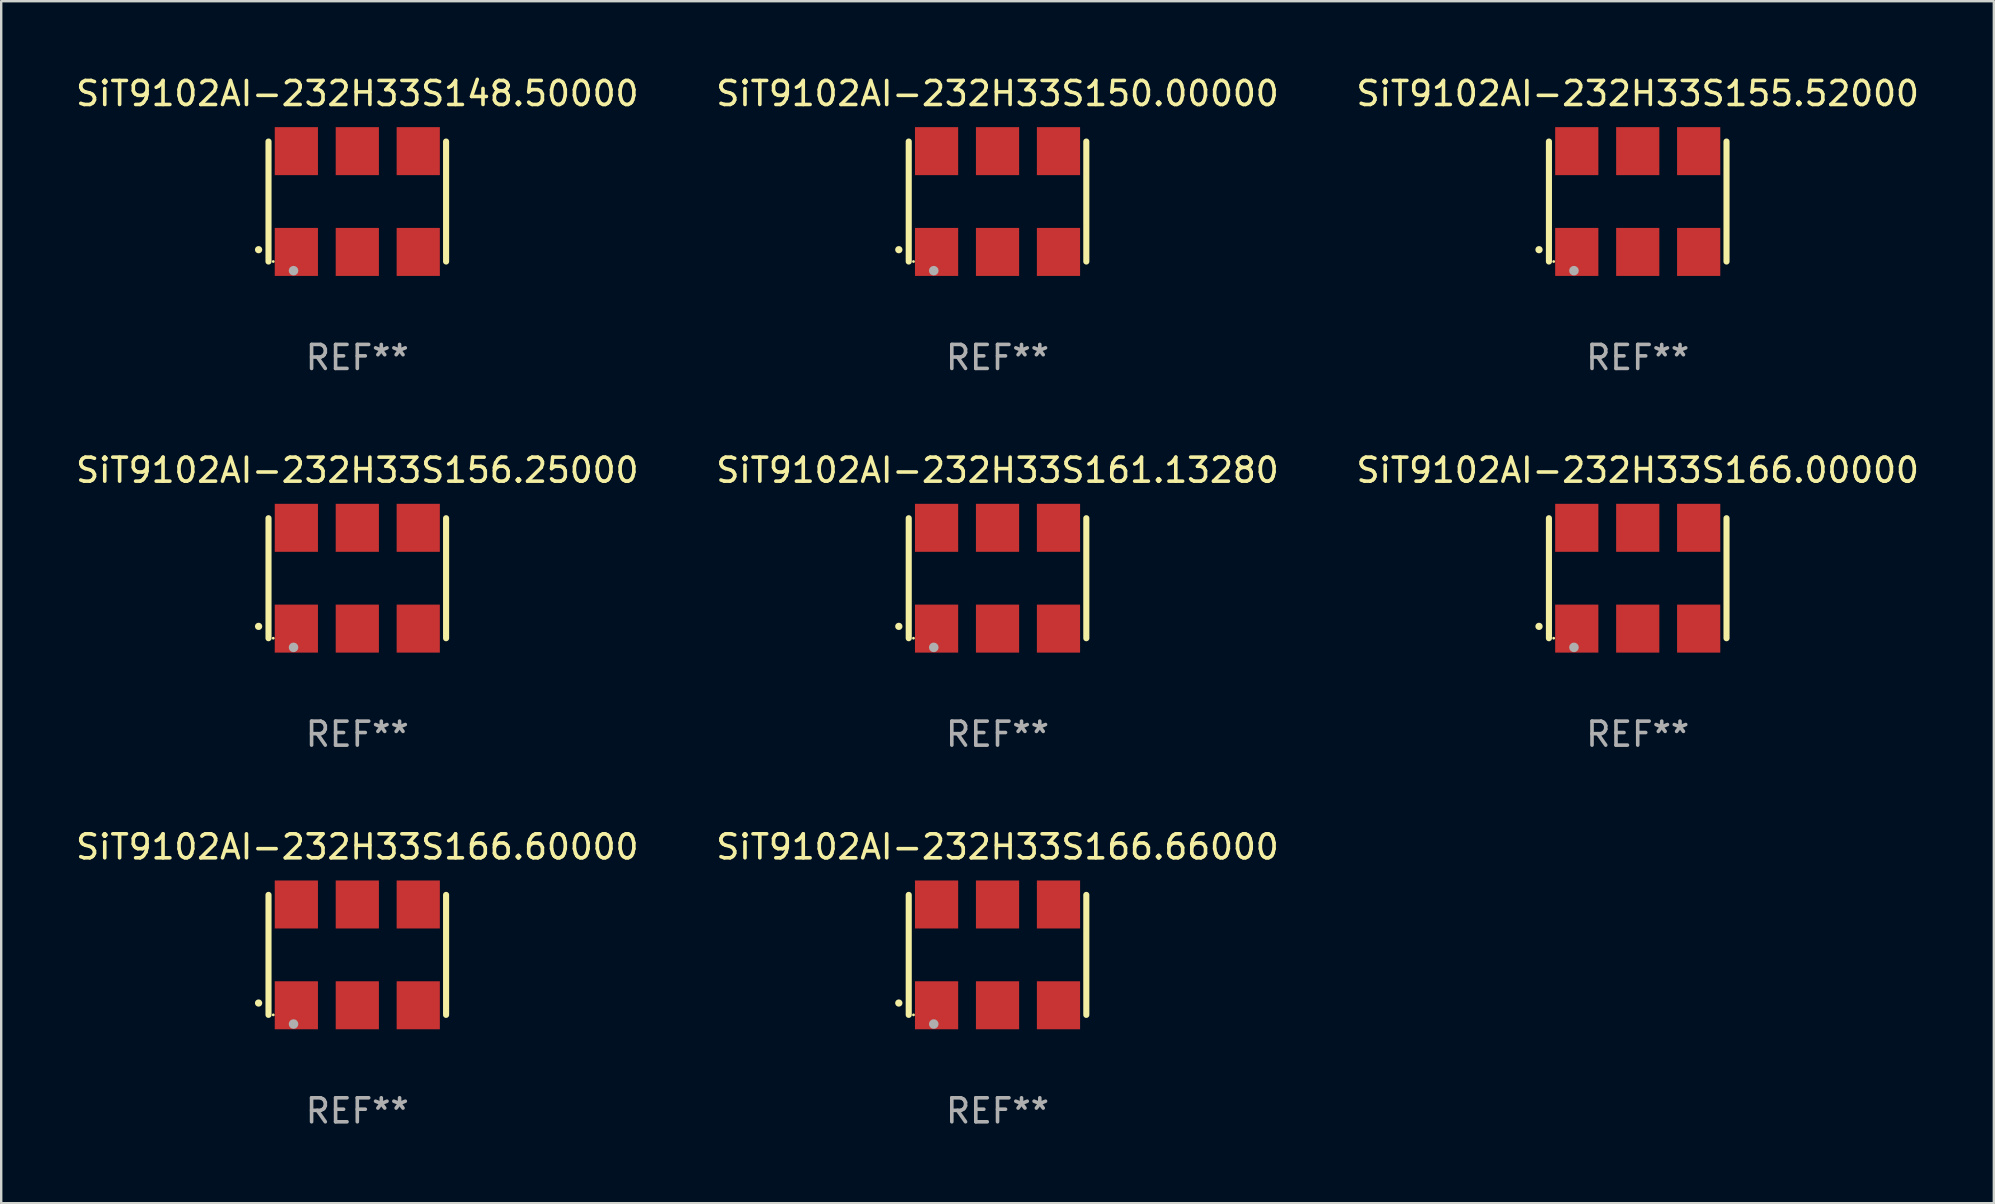
<source format=kicad_pcb>
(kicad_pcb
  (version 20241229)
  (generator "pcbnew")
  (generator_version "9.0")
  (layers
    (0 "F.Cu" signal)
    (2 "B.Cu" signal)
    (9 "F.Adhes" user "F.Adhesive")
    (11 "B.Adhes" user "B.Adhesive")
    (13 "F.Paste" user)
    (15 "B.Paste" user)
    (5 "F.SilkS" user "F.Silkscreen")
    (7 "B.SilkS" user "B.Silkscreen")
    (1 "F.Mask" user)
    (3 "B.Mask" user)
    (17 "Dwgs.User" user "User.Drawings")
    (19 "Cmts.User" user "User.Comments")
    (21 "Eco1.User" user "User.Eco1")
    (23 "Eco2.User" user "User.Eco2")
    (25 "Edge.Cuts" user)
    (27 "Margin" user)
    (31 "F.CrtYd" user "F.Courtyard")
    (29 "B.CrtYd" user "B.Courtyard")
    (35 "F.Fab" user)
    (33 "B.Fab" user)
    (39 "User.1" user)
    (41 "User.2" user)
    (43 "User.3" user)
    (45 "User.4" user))
  (footprint "SiT9102AI-232H33S166.00000"
    (layer "F.Cu")
    (at 65.196 21.045)
    (property "Reference" "SiT9102AI-232H33S166.00000" (at 0 -4.5 0) (layer "F.SilkS") (effects (font (size 1 1) (thickness 0.15))))
    (attr through_hole)
    (fp_line (start -3.7 -2.5) (end -3.7 2.5) (stroke (width 0.254) (type solid)) (layer "F.SilkS"))
    (fp_line (start 3.7 -2.5) (end 3.7 2.5) (stroke (width 0.254) (type solid)) (layer "F.SilkS"))
    (fp_arc (start -4.114415 2.006604) (mid -4.113145 2.006599) (end -4.111875 2.006604) (stroke (width 0.3) (type solid)) (layer "F.SilkS"))
    (fp_circle (center -3.502 2.5) (end -3.472 2.5) (stroke (width 0.06) (type solid)) (fill no) (layer "F.SilkS"))
    (fp_circle (center -2.657 2.882) (end -2.557 2.882) (stroke (width 0.2) (type solid)) (fill no) (layer "F.Fab"))
    (fp_text user "REF**" (at 0 6.5 0) (layer "F.Fab") (effects (font (size 1 1) (thickness 0.15))))
    (pad "1" smd rect (at -2.54 2.1) (size 1.8 2) (layers "F.Cu" "F.Mask" "F.Paste"))
    (pad "2" smd rect (at 0.000394 2.1) (size 1.8 2) (layers "F.Cu" "F.Mask" "F.Paste"))
    (pad "3" smd rect (at 2.54 2.1) (size 1.8 2) (layers "F.Cu" "F.Mask" "F.Paste"))
    (pad "4" smd rect (at 2.54 -2.1) (size 1.8 2) (layers "F.Cu" "F.Mask" "F.Paste"))
    (pad "5" smd rect (at 0.000394 -2.1) (size 1.8 2) (layers "F.Cu" "F.Mask" "F.Paste"))
    (pad "6" smd rect (at -2.54 -2.1) (size 1.8 2) (layers "F.Cu" "F.Mask" "F.Paste")))
  (footprint "SiT9102AI-232H33S148.50000"
    (layer "F.Cu")
    (at 11.839 5.348)
    (property "Reference" "SiT9102AI-232H33S148.50000" (at 0 -4.5 0) (layer "F.SilkS") (effects (font (size 1 1) (thickness 0.15))))
    (attr through_hole)
    (fp_line (start -3.7 -2.5) (end -3.7 2.5) (stroke (width 0.254) (type solid)) (layer "F.SilkS"))
    (fp_line (start 3.7 -2.5) (end 3.7 2.5) (stroke (width 0.254) (type solid)) (layer "F.SilkS"))
    (fp_arc (start -4.114415 2.006604) (mid -4.113145 2.006599) (end -4.111875 2.006604) (stroke (width 0.3) (type solid)) (layer "F.SilkS"))
    (fp_circle (center -3.502 2.5) (end -3.472 2.5) (stroke (width 0.06) (type solid)) (fill no) (layer "F.SilkS"))
    (fp_circle (center -2.657 2.882) (end -2.557 2.882) (stroke (width 0.2) (type solid)) (fill no) (layer "F.Fab"))
    (fp_text user "REF**" (at 0 6.5 0) (layer "F.Fab") (effects (font (size 1 1) (thickness 0.15))))
    (pad "1" smd rect (at -2.54 2.1) (size 1.8 2) (layers "F.Cu" "F.Mask" "F.Paste"))
    (pad "2" smd rect (at 0.000394 2.1) (size 1.8 2) (layers "F.Cu" "F.Mask" "F.Paste"))
    (pad "3" smd rect (at 2.54 2.1) (size 1.8 2) (layers "F.Cu" "F.Mask" "F.Paste"))
    (pad "4" smd rect (at 2.54 -2.1) (size 1.8 2) (layers "F.Cu" "F.Mask" "F.Paste"))
    (pad "5" smd rect (at 0.000394 -2.1) (size 1.8 2) (layers "F.Cu" "F.Mask" "F.Paste"))
    (pad "6" smd rect (at -2.54 -2.1) (size 1.8 2) (layers "F.Cu" "F.Mask" "F.Paste")))
  (footprint "SiT9102AI-232H33S156.25000"
    (layer "F.Cu")
    (at 11.839 21.045)
    (property "Reference" "SiT9102AI-232H33S156.25000" (at 0 -4.5 0) (layer "F.SilkS") (effects (font (size 1 1) (thickness 0.15))))
    (attr through_hole)
    (fp_line (start -3.7 -2.5) (end -3.7 2.5) (stroke (width 0.254) (type solid)) (layer "F.SilkS"))
    (fp_line (start 3.7 -2.5) (end 3.7 2.5) (stroke (width 0.254) (type solid)) (layer "F.SilkS"))
    (fp_arc (start -4.114415 2.006604) (mid -4.113145 2.006599) (end -4.111875 2.006604) (stroke (width 0.3) (type solid)) (layer "F.SilkS"))
    (fp_circle (center -3.502 2.5) (end -3.472 2.5) (stroke (width 0.06) (type solid)) (fill no) (layer "F.SilkS"))
    (fp_circle (center -2.657 2.882) (end -2.557 2.882) (stroke (width 0.2) (type solid)) (fill no) (layer "F.Fab"))
    (fp_text user "REF**" (at 0 6.5 0) (layer "F.Fab") (effects (font (size 1 1) (thickness 0.15))))
    (pad "1" smd rect (at -2.54 2.1) (size 1.8 2) (layers "F.Cu" "F.Mask" "F.Paste"))
    (pad "2" smd rect (at 0.000394 2.1) (size 1.8 2) (layers "F.Cu" "F.Mask" "F.Paste"))
    (pad "3" smd rect (at 2.54 2.1) (size 1.8 2) (layers "F.Cu" "F.Mask" "F.Paste"))
    (pad "4" smd rect (at 2.54 -2.1) (size 1.8 2) (layers "F.Cu" "F.Mask" "F.Paste"))
    (pad "5" smd rect (at 0.000394 -2.1) (size 1.8 2) (layers "F.Cu" "F.Mask" "F.Paste"))
    (pad "6" smd rect (at -2.54 -2.1) (size 1.8 2) (layers "F.Cu" "F.Mask" "F.Paste")))
  (footprint "SiT9102AI-232H33S150.00000"
    (layer "F.Cu")
    (at 38.518 5.348)
    (property "Reference" "SiT9102AI-232H33S150.00000" (at 0 -4.5 0) (layer "F.SilkS") (effects (font (size 1 1) (thickness 0.15))))
    (attr through_hole)
    (fp_line (start -3.7 -2.5) (end -3.7 2.5) (stroke (width 0.254) (type solid)) (layer "F.SilkS"))
    (fp_line (start 3.7 -2.5) (end 3.7 2.5) (stroke (width 0.254) (type solid)) (layer "F.SilkS"))
    (fp_arc (start -4.114415 2.006604) (mid -4.113145 2.006599) (end -4.111875 2.006604) (stroke (width 0.3) (type solid)) (layer "F.SilkS"))
    (fp_circle (center -3.502 2.5) (end -3.472 2.5) (stroke (width 0.06) (type solid)) (fill no) (layer "F.SilkS"))
    (fp_circle (center -2.657 2.882) (end -2.557 2.882) (stroke (width 0.2) (type solid)) (fill no) (layer "F.Fab"))
    (fp_text user "REF**" (at 0 6.5 0) (layer "F.Fab") (effects (font (size 1 1) (thickness 0.15))))
    (pad "1" smd rect (at -2.54 2.1) (size 1.8 2) (layers "F.Cu" "F.Mask" "F.Paste"))
    (pad "2" smd rect (at 0.000394 2.1) (size 1.8 2) (layers "F.Cu" "F.Mask" "F.Paste"))
    (pad "3" smd rect (at 2.54 2.1) (size 1.8 2) (layers "F.Cu" "F.Mask" "F.Paste"))
    (pad "4" smd rect (at 2.54 -2.1) (size 1.8 2) (layers "F.Cu" "F.Mask" "F.Paste"))
    (pad "5" smd rect (at 0.000394 -2.1) (size 1.8 2) (layers "F.Cu" "F.Mask" "F.Paste"))
    (pad "6" smd rect (at -2.54 -2.1) (size 1.8 2) (layers "F.Cu" "F.Mask" "F.Paste")))
  (footprint "SiT9102AI-232H33S166.66000"
    (layer "F.Cu")
    (at 38.518 36.741)
    (property "Reference" "SiT9102AI-232H33S166.66000" (at 0 -4.5 0) (layer "F.SilkS") (effects (font (size 1 1) (thickness 0.15))))
    (attr through_hole)
    (fp_line (start -3.7 -2.5) (end -3.7 2.5) (stroke (width 0.254) (type solid)) (layer "F.SilkS"))
    (fp_line (start 3.7 -2.5) (end 3.7 2.5) (stroke (width 0.254) (type solid)) (layer "F.SilkS"))
    (fp_arc (start -4.114415 2.006604) (mid -4.113145 2.006599) (end -4.111875 2.006604) (stroke (width 0.3) (type solid)) (layer "F.SilkS"))
    (fp_circle (center -3.502 2.5) (end -3.472 2.5) (stroke (width 0.06) (type solid)) (fill no) (layer "F.SilkS"))
    (fp_circle (center -2.657 2.882) (end -2.557 2.882) (stroke (width 0.2) (type solid)) (fill no) (layer "F.Fab"))
    (fp_text user "REF**" (at 0 6.5 0) (layer "F.Fab") (effects (font (size 1 1) (thickness 0.15))))
    (pad "1" smd rect (at -2.54 2.1) (size 1.8 2) (layers "F.Cu" "F.Mask" "F.Paste"))
    (pad "2" smd rect (at 0.000394 2.1) (size 1.8 2) (layers "F.Cu" "F.Mask" "F.Paste"))
    (pad "3" smd rect (at 2.54 2.1) (size 1.8 2) (layers "F.Cu" "F.Mask" "F.Paste"))
    (pad "4" smd rect (at 2.54 -2.1) (size 1.8 2) (layers "F.Cu" "F.Mask" "F.Paste"))
    (pad "5" smd rect (at 0.000394 -2.1) (size 1.8 2) (layers "F.Cu" "F.Mask" "F.Paste"))
    (pad "6" smd rect (at -2.54 -2.1) (size 1.8 2) (layers "F.Cu" "F.Mask" "F.Paste")))
  (footprint "SiT9102AI-232H33S166.60000"
    (layer "F.Cu")
    (at 11.839 36.741)
    (property "Reference" "SiT9102AI-232H33S166.60000" (at 0 -4.5 0) (layer "F.SilkS") (effects (font (size 1 1) (thickness 0.15))))
    (attr through_hole)
    (fp_line (start -3.7 -2.5) (end -3.7 2.5) (stroke (width 0.254) (type solid)) (layer "F.SilkS"))
    (fp_line (start 3.7 -2.5) (end 3.7 2.5) (stroke (width 0.254) (type solid)) (layer "F.SilkS"))
    (fp_arc (start -4.114415 2.006604) (mid -4.113145 2.006599) (end -4.111875 2.006604) (stroke (width 0.3) (type solid)) (layer "F.SilkS"))
    (fp_circle (center -3.502 2.5) (end -3.472 2.5) (stroke (width 0.06) (type solid)) (fill no) (layer "F.SilkS"))
    (fp_circle (center -2.657 2.882) (end -2.557 2.882) (stroke (width 0.2) (type solid)) (fill no) (layer "F.Fab"))
    (fp_text user "REF**" (at 0 6.5 0) (layer "F.Fab") (effects (font (size 1 1) (thickness 0.15))))
    (pad "1" smd rect (at -2.54 2.1) (size 1.8 2) (layers "F.Cu" "F.Mask" "F.Paste"))
    (pad "2" smd rect (at 0.000394 2.1) (size 1.8 2) (layers "F.Cu" "F.Mask" "F.Paste"))
    (pad "3" smd rect (at 2.54 2.1) (size 1.8 2) (layers "F.Cu" "F.Mask" "F.Paste"))
    (pad "4" smd rect (at 2.54 -2.1) (size 1.8 2) (layers "F.Cu" "F.Mask" "F.Paste"))
    (pad "5" smd rect (at 0.000394 -2.1) (size 1.8 2) (layers "F.Cu" "F.Mask" "F.Paste"))
    (pad "6" smd rect (at -2.54 -2.1) (size 1.8 2) (layers "F.Cu" "F.Mask" "F.Paste")))
  (footprint "SiT9102AI-232H33S161.13280"
    (layer "F.Cu")
    (at 38.518 21.045)
    (property "Reference" "SiT9102AI-232H33S161.13280" (at 0 -4.5 0) (layer "F.SilkS") (effects (font (size 1 1) (thickness 0.15))))
    (attr through_hole)
    (fp_line (start -3.7 -2.5) (end -3.7 2.5) (stroke (width 0.254) (type solid)) (layer "F.SilkS"))
    (fp_line (start 3.7 -2.5) (end 3.7 2.5) (stroke (width 0.254) (type solid)) (layer "F.SilkS"))
    (fp_arc (start -4.114415 2.006604) (mid -4.113145 2.006599) (end -4.111875 2.006604) (stroke (width 0.3) (type solid)) (layer "F.SilkS"))
    (fp_circle (center -3.502 2.5) (end -3.472 2.5) (stroke (width 0.06) (type solid)) (fill no) (layer "F.SilkS"))
    (fp_circle (center -2.657 2.882) (end -2.557 2.882) (stroke (width 0.2) (type solid)) (fill no) (layer "F.Fab"))
    (fp_text user "REF**" (at 0 6.5 0) (layer "F.Fab") (effects (font (size 1 1) (thickness 0.15))))
    (pad "1" smd rect (at -2.54 2.1) (size 1.8 2) (layers "F.Cu" "F.Mask" "F.Paste"))
    (pad "2" smd rect (at 0.000394 2.1) (size 1.8 2) (layers "F.Cu" "F.Mask" "F.Paste"))
    (pad "3" smd rect (at 2.54 2.1) (size 1.8 2) (layers "F.Cu" "F.Mask" "F.Paste"))
    (pad "4" smd rect (at 2.54 -2.1) (size 1.8 2) (layers "F.Cu" "F.Mask" "F.Paste"))
    (pad "5" smd rect (at 0.000394 -2.1) (size 1.8 2) (layers "F.Cu" "F.Mask" "F.Paste"))
    (pad "6" smd rect (at -2.54 -2.1) (size 1.8 2) (layers "F.Cu" "F.Mask" "F.Paste")))
  (footprint "SiT9102AI-232H33S155.52000"
    (layer "F.Cu")
    (at 65.196 5.348)
    (property "Reference" "SiT9102AI-232H33S155.52000" (at 0 -4.5 0) (layer "F.SilkS") (effects (font (size 1 1) (thickness 0.15))))
    (attr through_hole)
    (fp_line (start -3.7 -2.5) (end -3.7 2.5) (stroke (width 0.254) (type solid)) (layer "F.SilkS"))
    (fp_line (start 3.7 -2.5) (end 3.7 2.5) (stroke (width 0.254) (type solid)) (layer "F.SilkS"))
    (fp_arc (start -4.114415 2.006604) (mid -4.113145 2.006599) (end -4.111875 2.006604) (stroke (width 0.3) (type solid)) (layer "F.SilkS"))
    (fp_circle (center -3.502 2.5) (end -3.472 2.5) (stroke (width 0.06) (type solid)) (fill no) (layer "F.SilkS"))
    (fp_circle (center -2.657 2.882) (end -2.557 2.882) (stroke (width 0.2) (type solid)) (fill no) (layer "F.Fab"))
    (fp_text user "REF**" (at 0 6.5 0) (layer "F.Fab") (effects (font (size 1 1) (thickness 0.15))))
    (pad "1" smd rect (at -2.54 2.1) (size 1.8 2) (layers "F.Cu" "F.Mask" "F.Paste"))
    (pad "2" smd rect (at 0.000394 2.1) (size 1.8 2) (layers "F.Cu" "F.Mask" "F.Paste"))
    (pad "3" smd rect (at 2.54 2.1) (size 1.8 2) (layers "F.Cu" "F.Mask" "F.Paste"))
    (pad "4" smd rect (at 2.54 -2.1) (size 1.8 2) (layers "F.Cu" "F.Mask" "F.Paste"))
    (pad "5" smd rect (at 0.000394 -2.1) (size 1.8 2) (layers "F.Cu" "F.Mask" "F.Paste"))
    (pad "6" smd rect (at -2.54 -2.1) (size 1.8 2) (layers "F.Cu" "F.Mask" "F.Paste")))
  (gr_rect
    (start -3 -3)
    (end 80.036 47.09)
    (stroke (width 0.1) (type default))
    (fill no)
    (layer "Edge.Cuts")))
</source>
